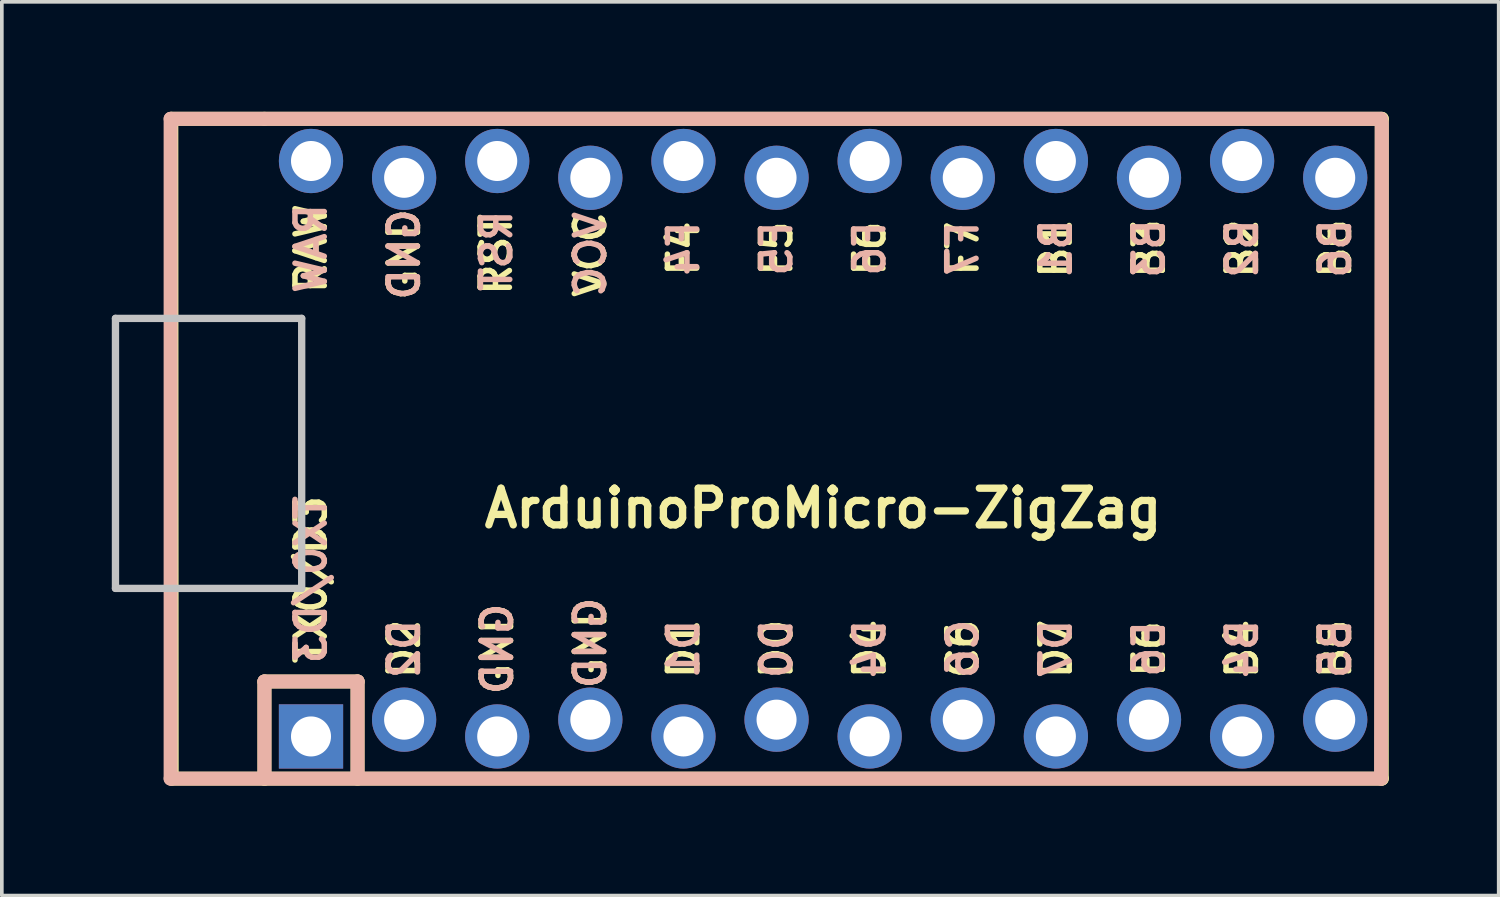
<source format=kicad_pcb>
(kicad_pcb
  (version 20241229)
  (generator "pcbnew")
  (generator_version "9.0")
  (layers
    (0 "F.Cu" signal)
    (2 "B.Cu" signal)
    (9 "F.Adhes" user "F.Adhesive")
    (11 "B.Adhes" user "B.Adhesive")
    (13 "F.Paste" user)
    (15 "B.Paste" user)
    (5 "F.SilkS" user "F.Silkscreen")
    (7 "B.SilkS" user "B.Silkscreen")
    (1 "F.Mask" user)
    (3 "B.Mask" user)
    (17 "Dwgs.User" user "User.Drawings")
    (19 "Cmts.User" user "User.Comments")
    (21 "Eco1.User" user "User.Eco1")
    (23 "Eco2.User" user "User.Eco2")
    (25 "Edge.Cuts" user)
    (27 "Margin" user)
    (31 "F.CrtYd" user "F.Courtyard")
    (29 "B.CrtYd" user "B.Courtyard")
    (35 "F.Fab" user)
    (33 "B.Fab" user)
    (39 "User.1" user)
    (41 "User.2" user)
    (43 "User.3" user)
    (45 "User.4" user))
  (footprint "ArduinoProMicro-ZigZag"
    (layer "F.Cu")
    (at 19.404 9.191)
    (property "Reference" "ArduinoProMicro-ZigZag" (at 0 1.625 0) (layer "F.SilkS") (effects (font (size 1 1) (thickness 0.2))))
    (attr through_hole)
    (fp_line (start -17.78 -9) (end -17.77 9) (stroke (width 0.381) (type solid)) (layer "F.SilkS"))
    (fp_line (start -17.77 9) (end -15.23 9) (stroke (width 0.381) (type solid)) (layer "F.SilkS"))
    (fp_line (start -15.24 -9) (end -17.78 -9) (stroke (width 0.381) (type solid)) (layer "F.SilkS"))
    (fp_line (start -15.24 6.35) (end -15.24 9) (stroke (width 0.381) (type solid)) (layer "F.SilkS"))
    (fp_line (start -15.24 6.35) (end -12.7 6.35) (stroke (width 0.381) (type solid)) (layer "F.SilkS"))
    (fp_line (start -15.24 9) (end 15.24 9) (stroke (width 0.381) (type solid)) (layer "F.SilkS"))
    (fp_line (start -12.7 6.35) (end -12.7 9) (stroke (width 0.381) (type solid)) (layer "F.SilkS"))
    (fp_line (start 15.24 -9) (end -15.24 -9) (stroke (width 0.381) (type solid)) (layer "F.SilkS"))
    (fp_line (start 15.24 9) (end 15.24 -9) (stroke (width 0.381) (type solid)) (layer "F.SilkS"))
    (fp_line (start -17.8 -9) (end -17.8 9) (stroke (width 0.381) (type solid)) (layer "B.SilkS"))
    (fp_line (start -17.8 9) (end 15.22 9) (stroke (width 0.381) (type solid)) (layer "B.SilkS"))
    (fp_line (start -15.24 6.35) (end -15.24 8.89) (stroke (width 0.381) (type solid)) (layer "B.SilkS"))
    (fp_line (start -15.24 6.35) (end -12.7 6.35) (stroke (width 0.381) (type solid)) (layer "B.SilkS"))
    (fp_line (start -12.7 6.35) (end -12.7 8.89) (stroke (width 0.381) (type solid)) (layer "B.SilkS"))
    (fp_line (start 15.22 -9) (end -17.8 -9) (stroke (width 0.381) (type solid)) (layer "B.SilkS"))
    (fp_line (start 15.22 9) (end 15.24 -8.89) (stroke (width 0.381) (type solid)) (layer "B.SilkS"))
    (fp_line (start -19.304 -3.556) (end -14.224 -3.556) (stroke (width 0.2) (type solid)) (layer "Dwgs.User"))
    (fp_line (start -19.304 3.81) (end -19.304 -3.556) (stroke (width 0.2) (type solid)) (layer "Dwgs.User"))
    (fp_line (start -14.224 -3.556) (end -14.224 3.81) (stroke (width 0.2) (type solid)) (layer "Dwgs.User"))
    (fp_line (start -14.224 3.81) (end -19.304 3.81) (stroke (width 0.2) (type solid)) (layer "Dwgs.User"))
    (fp_text user "F4" (at -3.81 -5.461 90) (layer "F.SilkS") (effects (font (size 0.8 0.8) (thickness 0.15))))
    (fp_text user "GND" (at -6.35 5.3 90) (layer "F.SilkS") (effects (font (size 0.8 0.8) (thickness 0.15))))
    (fp_text user "GND" (at -8.89 5.461 90) (layer "F.SilkS") (effects (font (size 0.8 0.8) (thickness 0.15))))
    (fp_text user "D7" (at 6.35 5.461 90) (layer "F.SilkS") (effects (font (size 0.8 0.8) (thickness 0.15))))
    (fp_text user "F7" (at 3.81 -5.461 90) (layer "F.SilkS") (effects (font (size 0.8 0.8) (thickness 0.15))))
    (fp_text user "B3" (at 8.89 -5.461 90) (layer "F.SilkS") (effects (font (size 0.8 0.8) (thickness 0.15))))
    (fp_text user "D1" (at -3.81 5.461 90) (layer "F.SilkS") (effects (font (size 0.8 0.8) (thickness 0.15))))
    (fp_text user "RST" (at -8.92 -5.3 90) (layer "F.SilkS") (effects (font (size 0.8 0.8) (thickness 0.15))))
    (fp_text user "E6" (at 8.89 5.461 90) (layer "F.SilkS") (effects (font (size 0.8 0.8) (thickness 0.15))))
    (fp_text user "F5" (at -1.27 -5.461 90) (layer "F.SilkS") (effects (font (size 0.8 0.8) (thickness 0.15))))
    (fp_text user "D0" (at -1.27 5.461 90) (layer "F.SilkS") (effects (font (size 0.8 0.8) (thickness 0.15))))
    (fp_text user "D2" (at -11.43 5.461 90) (layer "F.SilkS") (effects (font (size 0.8 0.8) (thickness 0.15))))
    (fp_text user "B1" (at 6.35 -5.461 90) (layer "F.SilkS") (effects (font (size 0.8 0.8) (thickness 0.15))))
    (fp_text user "B2" (at 11.43 -5.461 90) (layer "F.SilkS") (effects (font (size 0.8 0.8) (thickness 0.15))))
    (fp_text user "B6" (at 13.97 -5.461 90) (layer "F.SilkS") (effects (font (size 0.8 0.8) (thickness 0.15))))
    (fp_text user "D4" (at 1.27 5.461 90) (layer "F.SilkS") (effects (font (size 0.8 0.8) (thickness 0.15))))
    (fp_text user "TX0/D3" (at -13.97 3.572 90) (layer "F.SilkS") (effects (font (size 0.8 0.8) (thickness 0.15))))
    (fp_text user "VCC" (at -6.35 -5.3 90) (layer "F.SilkS") (effects (font (size 0.8 0.8) (thickness 0.15))))
    (fp_text user "F6" (at 1.27 -5.461 90) (layer "F.SilkS") (effects (font (size 0.8 0.8) (thickness 0.15))))
    (fp_text user "RAW" (at -13.97 -5.461 90) (layer "F.SilkS") (effects (font (size 0.8 0.8) (thickness 0.15))))
    (fp_text user "B5" (at 13.97 5.461 90) (layer "F.SilkS") (effects (font (size 0.8 0.8) (thickness 0.15))))
    (fp_text user "GND" (at -11.43 -5.3 90) (layer "F.SilkS") (effects (font (size 0.8 0.8) (thickness 0.15))))
    (fp_text user "B4" (at 11.43 5.461 90) (layer "F.SilkS") (effects (font (size 0.8 0.8) (thickness 0.15))))
    (fp_text user "C6" (at 3.81 5.461 90) (layer "F.SilkS") (effects (font (size 0.8 0.8) (thickness 0.15))))
    (fp_text user "F4" (at -3.81 -5.461 90) (layer "B.SilkS") (effects (font (size 0.8 0.8) (thickness 0.15)) (justify mirror)))
    (fp_text user "GND" (at -11.43 -5.3 90) (layer "B.SilkS") (effects (font (size 0.8 0.8) (thickness 0.15)) (justify mirror)))
    (fp_text user "D7" (at 6.35 5.461 90) (layer "B.SilkS") (effects (font (size 0.8 0.8) (thickness 0.15)) (justify mirror)))
    (fp_text user "GND" (at -8.89 5.461 90) (layer "B.SilkS") (effects (font (size 0.8 0.8) (thickness 0.15)) (justify mirror)))
    (fp_text user "RST" (at -8.91 -5.4 90) (layer "B.SilkS") (effects (font (size 0.8 0.8) (thickness 0.15)) (justify mirror)))
    (fp_text user "RAW" (at -13.97 -5.461 90) (layer "B.SilkS") (effects (font (size 0.8 0.8) (thickness 0.15)) (justify mirror)))
    (fp_text user "D2" (at -11.43 5.461 90) (layer "B.SilkS") (effects (font (size 0.8 0.8) (thickness 0.15)) (justify mirror)))
    (fp_text user "B6" (at 13.97 -5.461 90) (layer "B.SilkS") (effects (font (size 0.8 0.8) (thickness 0.15)) (justify mirror)))
    (fp_text user "D1" (at -3.81 5.461 90) (layer "B.SilkS") (effects (font (size 0.8 0.8) (thickness 0.15)) (justify mirror)))
    (fp_text user "TX0/D3" (at -13.97 3.572 90) (layer "B.SilkS") (effects (font (size 0.8 0.8) (thickness 0.15)) (justify mirror)))
    (fp_text user "B5" (at 13.97 5.461 90) (layer "B.SilkS") (effects (font (size 0.8 0.8) (thickness 0.15)) (justify mirror)))
    (fp_text user "D0" (at -1.27 5.461 90) (layer "B.SilkS") (effects (font (size 0.8 0.8) (thickness 0.15)) (justify mirror)))
    (fp_text user "D4" (at 1.27 5.461 90) (layer "B.SilkS") (effects (font (size 0.8 0.8) (thickness 0.15)) (justify mirror)))
    (fp_text user "B2" (at 11.43 -5.461 90) (layer "B.SilkS") (effects (font (size 0.8 0.8) (thickness 0.15)) (justify mirror)))
    (fp_text user "C6" (at 3.81 5.461 90) (layer "B.SilkS") (effects (font (size 0.8 0.8) (thickness 0.15)) (justify mirror)))
    (fp_text user "F6" (at 1.27 -5.461 90) (layer "B.SilkS") (effects (font (size 0.8 0.8) (thickness 0.15)) (justify mirror)))
    (fp_text user "VCC" (at -6.35 -5.3 90) (layer "B.SilkS") (effects (font (size 0.8 0.8) (thickness 0.15)) (justify mirror)))
    (fp_text user "B1" (at 6.35 -5.461 90) (layer "B.SilkS") (effects (font (size 0.8 0.8) (thickness 0.15)) (justify mirror)))
    (fp_text user "GND" (at -6.35 5.3 90) (layer "B.SilkS") (effects (font (size 0.8 0.8) (thickness 0.15)) (justify mirror)))
    (fp_text user "E6" (at 8.89 5.461 90) (layer "B.SilkS") (effects (font (size 0.8 0.8) (thickness 0.15)) (justify mirror)))
    (fp_text user "F7" (at 3.81 -5.461 90) (layer "B.SilkS") (effects (font (size 0.8 0.8) (thickness 0.15)) (justify mirror)))
    (fp_text user "B4" (at 11.43 5.461 90) (layer "B.SilkS") (effects (font (size 0.8 0.8) (thickness 0.15)) (justify mirror)))
    (fp_text user "F5" (at -1.27 -5.461 90) (layer "B.SilkS") (effects (font (size 0.8 0.8) (thickness 0.15)) (justify mirror)))
    (fp_text user "B3" (at 8.89 -5.461 90) (layer "B.SilkS") (effects (font (size 0.8 0.8) (thickness 0.15)) (justify mirror)))
    (pad "1" thru_hole rect (at -13.97 7.849) (size 1.753 1.753) (drill 1.092) (layers "*.Cu" "*.Mask"))
    (pad "2" thru_hole circle (at -11.43 7.391) (size 1.753 1.753) (drill 1.092) (layers "*.Cu" "*.Mask"))
    (pad "3" thru_hole circle (at -8.89 7.849) (size 1.753 1.753) (drill 1.092) (layers "*.Cu" "*.Mask"))
    (pad "4" thru_hole circle (at -6.35 7.391) (size 1.753 1.753) (drill 1.092) (layers "*.Cu" "*.Mask"))
    (pad "5" thru_hole circle (at -3.81 7.849) (size 1.753 1.753) (drill 1.092) (layers "*.Cu" "*.Mask"))
    (pad "6" thru_hole circle (at -1.27 7.391) (size 1.753 1.753) (drill 1.092) (layers "*.Cu" "*.Mask"))
    (pad "7" thru_hole circle (at 1.27 7.849) (size 1.753 1.753) (drill 1.092) (layers "*.Cu" "*.Mask"))
    (pad "8" thru_hole circle (at 3.81 7.391) (size 1.753 1.753) (drill 1.092) (layers "*.Cu" "*.Mask"))
    (pad "9" thru_hole circle (at 6.35 7.849) (size 1.753 1.753) (drill 1.092) (layers "*.Cu" "*.Mask"))
    (pad "10" thru_hole circle (at 8.89 7.391) (size 1.753 1.753) (drill 1.092) (layers "*.Cu" "*.Mask"))
    (pad "11" thru_hole circle (at 11.43 7.849) (size 1.753 1.753) (drill 1.092) (layers "*.Cu" "*.Mask"))
    (pad "12" thru_hole circle (at 13.97 7.391) (size 1.753 1.753) (drill 1.092) (layers "*.Cu" "*.Mask"))
    (pad "13" thru_hole circle (at 13.97 -7.391) (size 1.753 1.753) (drill 1.092) (layers "*.Cu" "*.Mask"))
    (pad "14" thru_hole circle (at 11.43 -7.849) (size 1.753 1.753) (drill 1.092) (layers "*.Cu" "*.Mask"))
    (pad "15" thru_hole circle (at 8.89 -7.391) (size 1.753 1.753) (drill 1.092) (layers "*.Cu" "*.Mask"))
    (pad "16" thru_hole circle (at 6.35 -7.849) (size 1.753 1.753) (drill 1.092) (layers "*.Cu" "*.Mask"))
    (pad "17" thru_hole circle (at 3.81 -7.391) (size 1.753 1.753) (drill 1.092) (layers "*.Cu" "*.Mask"))
    (pad "18" thru_hole circle (at 1.27 -7.849) (size 1.753 1.753) (drill 1.092) (layers "*.Cu" "*.Mask"))
    (pad "19" thru_hole circle (at -1.27 -7.391) (size 1.753 1.753) (drill 1.092) (layers "*.Cu" "*.Mask"))
    (pad "20" thru_hole circle (at -3.81 -7.849) (size 1.753 1.753) (drill 1.092) (layers "*.Cu" "*.Mask"))
    (pad "21" thru_hole circle (at -6.35 -7.391) (size 1.753 1.753) (drill 1.092) (layers "*.Cu" "*.Mask"))
    (pad "22" thru_hole circle (at -8.89 -7.849) (size 1.753 1.753) (drill 1.092) (layers "*.Cu" "*.Mask"))
    (pad "23" thru_hole circle (at -11.43 -7.391) (size 1.753 1.753) (drill 1.092) (layers "*.Cu" "*.Mask"))
    (pad "24" thru_hole circle (at -13.97 -7.849) (size 1.753 1.753) (drill 1.092) (layers "*.Cu" "*.Mask")))
  (gr_rect
    (start -3 -3)
    (end 37.834 21.381)
    (stroke (width 0.1) (type default))
    (fill no)
    (layer "Edge.Cuts")))
</source>
